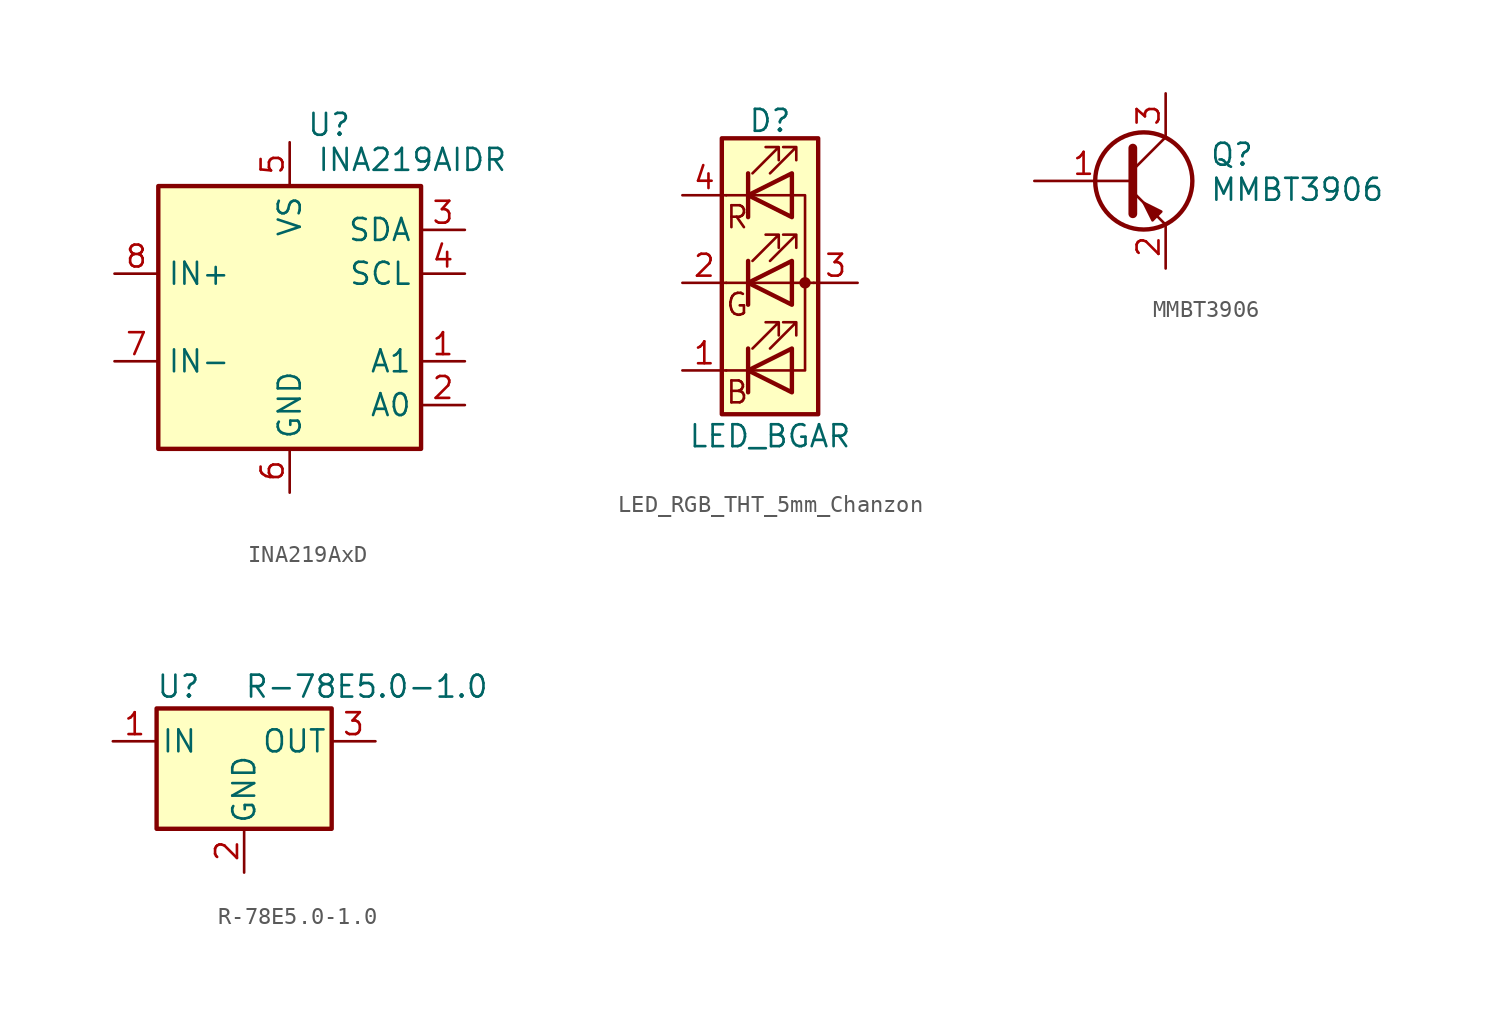
<source format=kicad_sym>
(kicad_symbol_lib
  (version 20241209)
  (generator "kicad_symbol_editor")
  (generator_version "9.0")
  (symbol "INA219AxD"
    (property "Reference" "U"
      (at 2.286 11.176 0)
      (effects (font (size 1.27 1.27))))
    (property "Value" "INA219AIDR"
      (at 7.112 9.144 0)
      (effects (font (size 1.27 1.27))))
    (symbol "INA219AxD_0_1"
      (rectangle (start -7.62 7.62) (end 7.62 -7.62) (stroke (width 0.254) (type default)) (fill (type background))))
    (symbol "INA219AxD_1_1"
      (pin input line (at -10.16 2.54 0) (length 2.54) (name "IN+" (effects (font (size 1.27 1.27)))) (number "8" (effects (font (size 1.27 1.27)))))
      (pin input line (at -10.16 -2.54 0) (length 2.54) (name "IN-" (effects (font (size 1.27 1.27)))) (number "7" (effects (font (size 1.27 1.27)))))
      (pin power_in line (at 0 10.16 270) (length 2.54) (name "VS" (effects (font (size 1.27 1.27)))) (number "5" (effects (font (size 1.27 1.27)))))
      (pin power_in line (at 0 -10.16 90) (length 2.54) (name "GND" (effects (font (size 1.27 1.27)))) (number "6" (effects (font (size 1.27 1.27)))))
      (pin bidirectional line (at 10.16 5.08 180) (length 2.54) (name "SDA" (effects (font (size 1.27 1.27)))) (number "3" (effects (font (size 1.27 1.27)))))
      (pin input line (at 10.16 2.54 180) (length 2.54) (name "SCL" (effects (font (size 1.27 1.27)))) (number "4" (effects (font (size 1.27 1.27)))))
      (pin input line (at 10.16 -2.54 180) (length 2.54) (name "A1" (effects (font (size 1.27 1.27)))) (number "1" (effects (font (size 1.27 1.27)))))
      (pin input line (at 10.16 -5.08 180) (length 2.54) (name "A0" (effects (font (size 1.27 1.27)))) (number "2" (effects (font (size 1.27 1.27)))))))
  (symbol "LED_RGB_THT_5mm_Chanzon"
    (pin_names
      (offset 0)
      (hide yes))
    (property "Reference" "D"
      (at 0 9.398 0)
      (effects (font (size 1.27 1.27))))
    (property "Value" "LED_BGAR"
      (at 0 -8.89 0)
      (effects (font (size 1.27 1.27))))
    (symbol "LED_RGB_THT_5mm_Chanzon_0_0"
      (text "R" (at -1.905 3.81 0) (effects (font (size 1.27 1.27))))
      (text "G" (at -1.905 -1.27 0) (effects (font (size 1.27 1.27))))
      (text "B" (at -1.905 -6.35 0) (effects (font (size 1.27 1.27)))))
    (symbol "LED_RGB_THT_5mm_Chanzon_0_1"
      (polyline (pts (xy -1.27 6.35) (xy -1.27 3.81)) (stroke (width 0.254) (type default)) (fill (type none)))
      (polyline (pts (xy -1.27 6.35) (xy -1.27 3.81) (xy -1.27 3.81)) (stroke (width 0) (type default)) (fill (type none)))
      (polyline (pts (xy -1.27 5.08) (xy -2.54 5.08)) (stroke (width 0) (type default)) (fill (type none)))
      (polyline (pts (xy -1.27 5.08) (xy 1.27 5.08)) (stroke (width 0) (type default)) (fill (type none)))
      (polyline (pts (xy -1.27 1.27) (xy -1.27 -1.27)) (stroke (width 0.254) (type default)) (fill (type none)))
      (polyline (pts (xy -1.27 1.27) (xy -1.27 -1.27) (xy -1.27 -1.27)) (stroke (width 0) (type default)) (fill (type none)))
      (polyline (pts (xy -1.27 0) (xy -2.54 0)) (stroke (width 0) (type default)) (fill (type none)))
      (polyline (pts (xy -1.27 -3.81) (xy -1.27 -6.35)) (stroke (width 0.254) (type default)) (fill (type none)))
      (polyline (pts (xy -1.27 -5.08) (xy -2.54 -5.08)) (stroke (width 0) (type default)) (fill (type none)))
      (polyline (pts (xy -1.27 -5.08) (xy 1.27 -5.08)) (stroke (width 0) (type default)) (fill (type none)))
      (polyline (pts (xy -1.016 6.35) (xy 0.508 7.874) (xy -0.254 7.874) (xy 0.508 7.874) (xy 0.508 7.112)) (stroke (width 0) (type default)) (fill (type none)))
      (polyline (pts (xy -1.016 1.27) (xy 0.508 2.794) (xy -0.254 2.794) (xy 0.508 2.794) (xy 0.508 2.032)) (stroke (width 0) (type default)) (fill (type none)))
      (polyline (pts (xy -1.016 -3.81) (xy 0.508 -2.286) (xy -0.254 -2.286) (xy 0.508 -2.286) (xy 0.508 -3.048)) (stroke (width 0) (type default)) (fill (type none)))
      (polyline (pts (xy 0 6.35) (xy 1.524 7.874) (xy 0.762 7.874) (xy 1.524 7.874) (xy 1.524 7.112)) (stroke (width 0) (type default)) (fill (type none)))
      (polyline (pts (xy 0 1.27) (xy 1.524 2.794) (xy 0.762 2.794) (xy 1.524 2.794) (xy 1.524 2.032)) (stroke (width 0) (type default)) (fill (type none)))
      (polyline (pts (xy 0 -3.81) (xy 1.524 -2.286) (xy 0.762 -2.286) (xy 1.524 -2.286) (xy 1.524 -3.048)) (stroke (width 0) (type default)) (fill (type none)))
      (polyline (pts (xy 1.27 6.35) (xy 1.27 3.81) (xy -1.27 5.08) (xy 1.27 6.35)) (stroke (width 0.254) (type default)) (fill (type none)))
      (rectangle (start 1.27 6.35) (end 1.27 6.35) (stroke (width 0) (type default)) (fill (type none)))
      (rectangle (start 1.27 3.81) (end 1.27 6.35) (stroke (width 0) (type default)) (fill (type none)))
      (polyline (pts (xy 1.27 1.27) (xy 1.27 -1.27) (xy -1.27 0) (xy 1.27 1.27)) (stroke (width 0.254) (type default)) (fill (type none)))
      (rectangle (start 1.27 1.27) (end 1.27 1.27) (stroke (width 0) (type default)) (fill (type none)))
      (polyline (pts (xy 1.27 0) (xy -1.27 0)) (stroke (width 0) (type default)) (fill (type none)))
      (polyline (pts (xy 1.27 0) (xy 2.54 0)) (stroke (width 0) (type default)) (fill (type none)))
      (rectangle (start 1.27 -1.27) (end 1.27 1.27) (stroke (width 0) (type default)) (fill (type none)))
      (polyline (pts (xy 1.27 -3.81) (xy 1.27 -6.35) (xy -1.27 -5.08) (xy 1.27 -3.81)) (stroke (width 0.254) (type default)) (fill (type none)))
      (polyline (pts (xy 1.27 -5.08) (xy 2.032 -5.08) (xy 2.032 5.08) (xy 1.27 5.08)) (stroke (width 0) (type default)) (fill (type none)))
      (circle (center 2.032 0) (radius 0.254) (stroke (width 0) (type default)) (fill (type outline)))
      (rectangle (start 2.794 8.382) (end -2.794 -7.62) (stroke (width 0.254) (type default)) (fill (type background))))
    (symbol "LED_RGB_THT_5mm_Chanzon_1_1"
      (pin passive line (at -5.08 5.08 0) (length 2.54) (name "RK" (effects (font (size 1.27 1.27)))) (number "4" (effects (font (size 1.27 1.27)))))
      (pin passive line (at -5.08 0 0) (length 2.54) (name "GK" (effects (font (size 1.27 1.27)))) (number "2" (effects (font (size 1.27 1.27)))))
      (pin passive line (at -5.08 -5.08 0) (length 2.54) (name "BK" (effects (font (size 1.27 1.27)))) (number "1" (effects (font (size 1.27 1.27)))))
      (pin passive line (at 5.08 0 180) (length 2.54) (name "A" (effects (font (size 1.27 1.27)))) (number "3" (effects (font (size 1.27 1.27)))))))
  (symbol "MMBT3906"
    (pin_names
      (offset 0)
      (hide yes))
    (property "Reference" "Q"
      (at 5.08 1.524 0)
      (effects (font (size 1.27 1.27)) (justify left)))
    (property "Value" "MMBT3906"
      (at 5.08 -0.508 0)
      (effects (font (size 1.27 1.27)) (justify left)))
    (symbol "MMBT3906_0_1"
      (polyline (pts (xy 0.635 1.905) (xy 0.635 -1.905) (xy 0.635 -1.905)) (stroke (width 0.508) (type default)) (fill (type none)))
      (polyline (pts (xy 0.635 0.635) (xy 2.54 2.54)) (stroke (width 0) (type default)) (fill (type none)))
      (polyline (pts (xy 0.635 -0.635) (xy 2.54 -2.54) (xy 2.54 -2.54)) (stroke (width 0) (type default)) (fill (type none)))
      (circle (center 1.27 0) (radius 2.819) (stroke (width 0.254) (type default)) (fill (type none)))
      (polyline (pts (xy 2.286 -1.778) (xy 1.778 -2.286) (xy 1.27 -1.27) (xy 2.286 -1.778) (xy 2.286 -1.778)) (stroke (width 0) (type default)) (fill (type outline))))
    (symbol "MMBT3906_1_1"
      (pin input line (at -5.08 0 0) (length 5.715) (name "B" (effects (font (size 1.27 1.27)))) (number "1" (effects (font (size 1.27 1.27)))))
      (pin passive line (at 2.54 5.08 270) (length 2.54) (name "C" (effects (font (size 1.27 1.27)))) (number "3" (effects (font (size 1.27 1.27)))))
      (pin passive line (at 2.54 -5.08 90) (length 2.54) (name "E" (effects (font (size 1.27 1.27)))) (number "2" (effects (font (size 1.27 1.27)))))))
  (symbol "R-78E5.0-1.0"
    (pin_names
      (offset 0.254))
    (property "Reference" "U"
      (at -3.81 3.175 0)
      (effects (font (size 1.27 1.27))))
    (property "Value" "R-78E5.0-1.0"
      (at 0 3.175 0)
      (effects (font (size 1.27 1.27)) (justify left)))
    (symbol "R-78E5.0-1.0_0_1"
      (rectangle (start -5.08 1.905) (end 5.08 -5.08) (stroke (width 0.254) (type default)) (fill (type background))))
    (symbol "R-78E5.0-1.0_1_1"
      (pin power_in line (at -7.62 0 0) (length 2.54) (name "IN" (effects (font (size 1.27 1.27)))) (number "1" (effects (font (size 1.27 1.27)))))
      (pin power_in line (at 0 -7.62 90) (length 2.54) (name "GND" (effects (font (size 1.27 1.27)))) (number "2" (effects (font (size 1.27 1.27)))))
      (pin power_out line (at 7.62 0 180) (length 2.54) (name "OUT" (effects (font (size 1.27 1.27)))) (number "3" (effects (font (size 1.27 1.27))))))))
</source>
